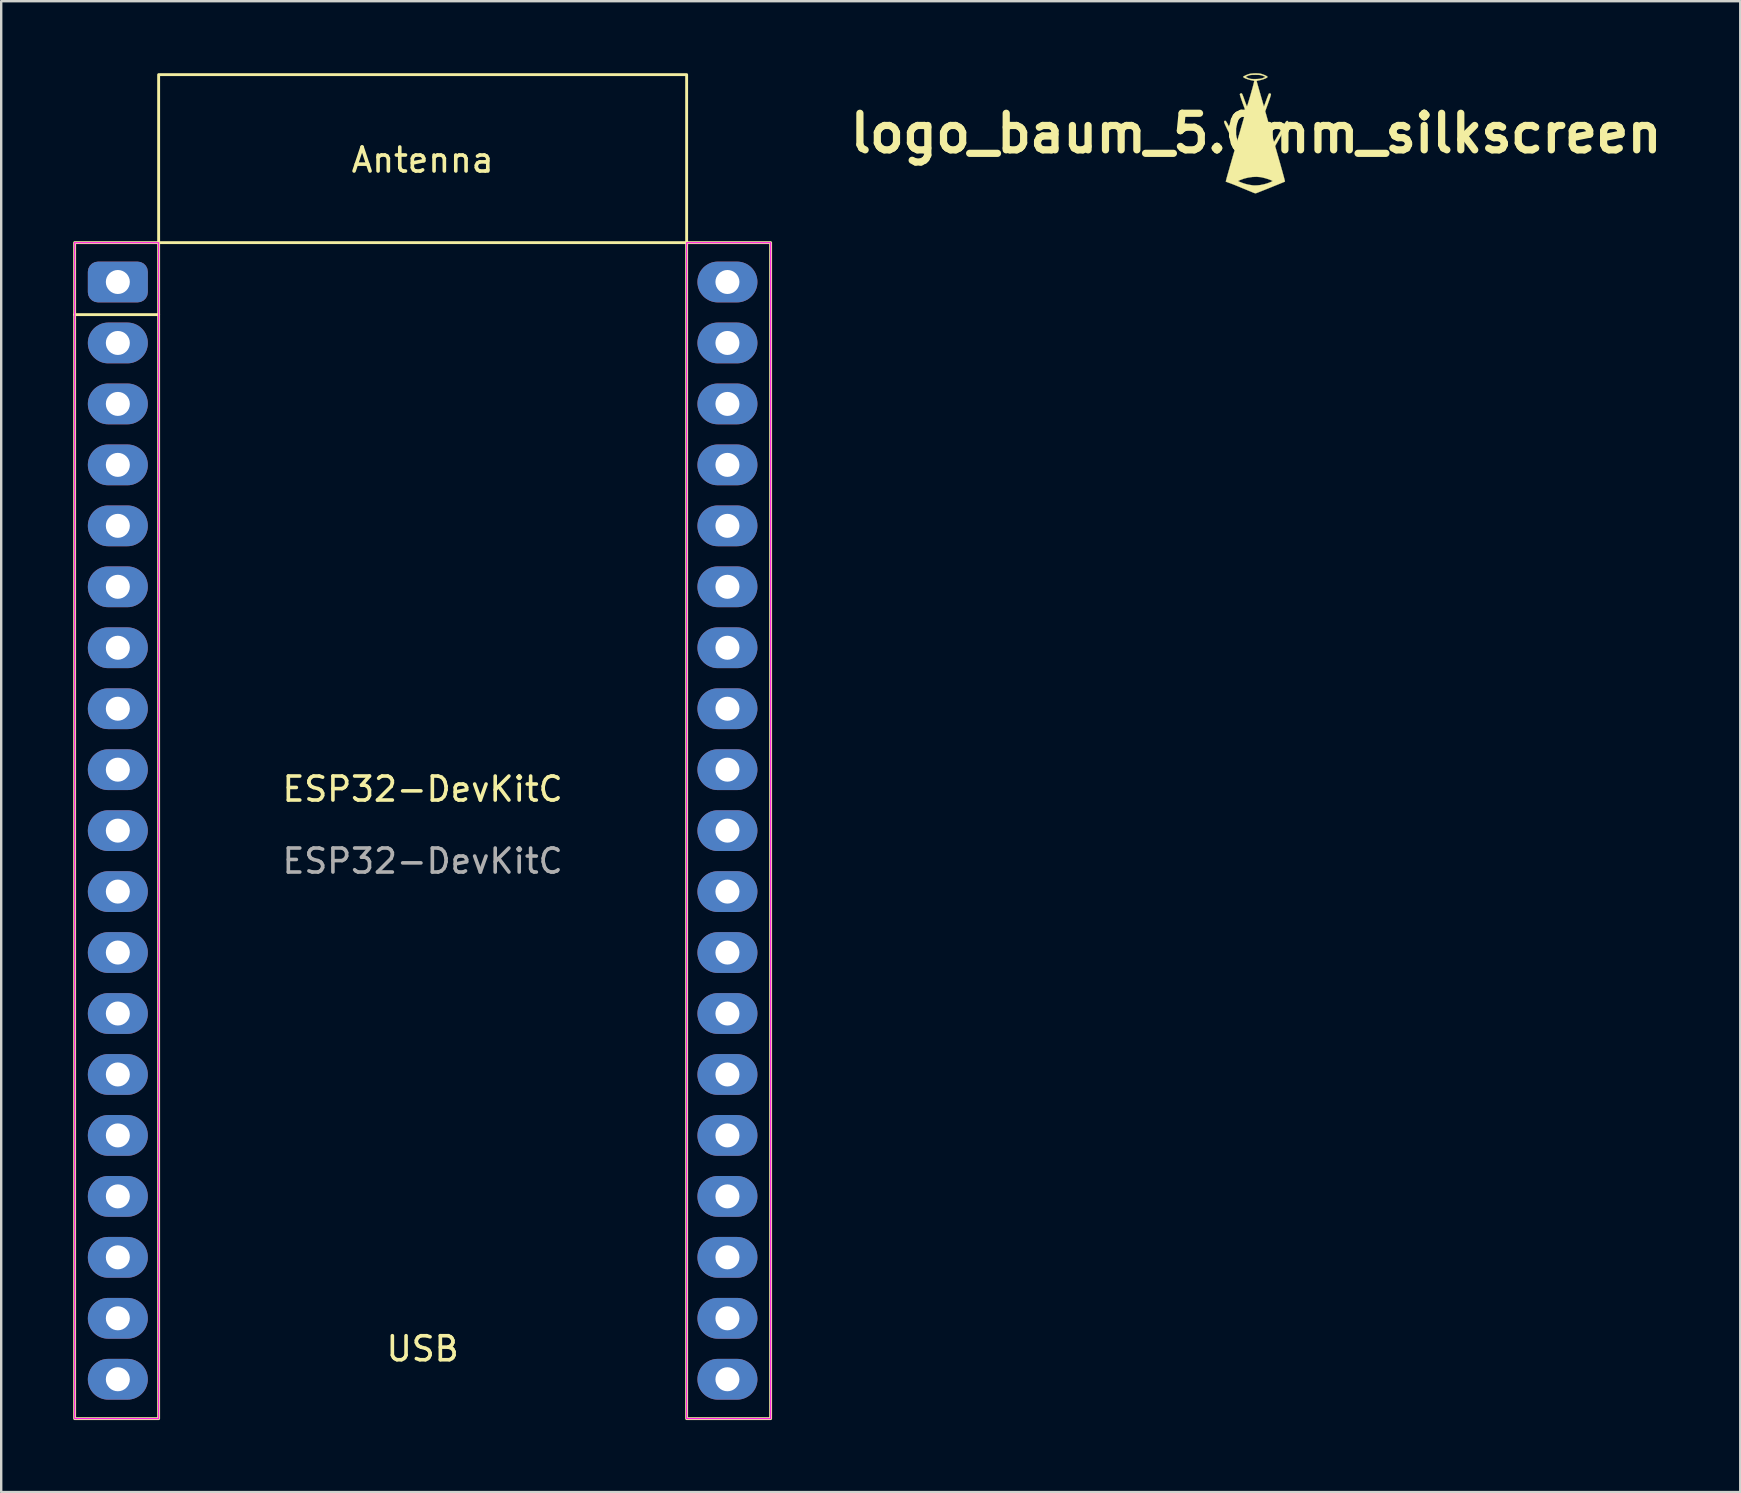
<source format=kicad_pcb>
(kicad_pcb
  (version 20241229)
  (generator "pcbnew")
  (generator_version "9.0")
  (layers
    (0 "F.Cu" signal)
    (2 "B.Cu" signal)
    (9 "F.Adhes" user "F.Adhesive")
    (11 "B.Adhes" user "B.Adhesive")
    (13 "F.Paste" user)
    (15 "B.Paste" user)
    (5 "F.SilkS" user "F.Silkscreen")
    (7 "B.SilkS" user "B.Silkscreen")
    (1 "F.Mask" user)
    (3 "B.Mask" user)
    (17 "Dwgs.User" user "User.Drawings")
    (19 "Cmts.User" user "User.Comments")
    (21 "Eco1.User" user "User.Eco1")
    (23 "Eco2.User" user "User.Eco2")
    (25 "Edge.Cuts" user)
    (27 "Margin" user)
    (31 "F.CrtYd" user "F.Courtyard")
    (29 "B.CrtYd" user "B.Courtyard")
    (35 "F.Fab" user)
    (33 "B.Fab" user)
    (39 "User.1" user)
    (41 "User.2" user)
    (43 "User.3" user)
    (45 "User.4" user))
  (footprint "ESP32-DevKitC"
    (layer "F.Cu")
    (at 14.56 31.56)
    (property "Reference" "ESP32-DevKitC" (at 0 -1.73 0) (unlocked yes) (layer "F.SilkS") (effects (font (size 1 1) (thickness 0.15))))
    (attr through_hole)
    (fp_line (start -14.5 -21.5) (end -11 -21.5) (stroke (width 0.12) (type solid)) (layer "F.SilkS"))
    (fp_rect (start -14.5 -24.5) (end -11 24.5) (stroke (width 0.12) (type solid)) (fill no) (layer "F.SilkS"))
    (fp_rect (start 11 -24.5) (end -11 -31.5) (stroke (width 0.12) (type solid)) (fill no) (layer "F.SilkS"))
    (fp_rect (start 11 -24.5) (end 14.5 24.5) (stroke (width 0.12) (type solid)) (fill no) (layer "F.SilkS"))
    (fp_rect (start -14.5 -24.5) (end -11 24.5) (stroke (width 0.05) (type solid)) (fill no) (layer "F.CrtYd"))
    (fp_rect (start 11 24.5) (end 14.5 -24.5) (stroke (width 0.05) (type solid)) (fill no) (layer "F.CrtYd"))
    (fp_text user "Antenna" (at 0 -27.94 0) (unlocked yes) (layer "F.SilkS") (effects (font (size 1 1) (thickness 0.15))))
    (fp_text user "USB" (at 0 21.59 0) (unlocked yes) (layer "F.SilkS") (effects (font (size 1 1) (thickness 0.15))))
    (fp_text user "${REFERENCE}" (at 0 1.27 0) (unlocked yes) (layer "F.Fab") (effects (font (size 1 1) (thickness 0.15))))
    (pad "1" thru_hole roundrect (at -12.7 -22.86) (size 2.5 1.7) (drill 1) (layers "*.Cu" "*.Mask") (roundrect_rratio 0.25))
    (pad "2" thru_hole oval (at -12.7 -20.32) (size 2.5 1.7) (drill 1) (layers "*.Cu" "*.Mask"))
    (pad "3" thru_hole oval (at -12.7 -17.78) (size 2.5 1.7) (drill 1) (layers "*.Cu" "*.Mask"))
    (pad "4" thru_hole oval (at -12.7 -15.24) (size 2.5 1.7) (drill 1) (layers "*.Cu" "*.Mask"))
    (pad "5" thru_hole oval (at -12.7 -12.7) (size 2.5 1.7) (drill 1) (layers "*.Cu" "*.Mask"))
    (pad "6" thru_hole oval (at -12.7 -10.16) (size 2.5 1.7) (drill 1) (layers "*.Cu" "*.Mask"))
    (pad "7" thru_hole oval (at -12.7 -7.62) (size 2.5 1.7) (drill 1) (layers "*.Cu" "*.Mask"))
    (pad "8" thru_hole oval (at -12.7 -5.08) (size 2.5 1.7) (drill 1) (layers "*.Cu" "*.Mask"))
    (pad "9" thru_hole oval (at -12.7 -2.54) (size 2.5 1.7) (drill 1) (layers "*.Cu" "*.Mask"))
    (pad "10" thru_hole oval (at -12.7 0) (size 2.5 1.7) (drill 1) (layers "*.Cu" "*.Mask"))
    (pad "11" thru_hole oval (at -12.7 2.54) (size 2.5 1.7) (drill 1) (layers "*.Cu" "*.Mask"))
    (pad "12" thru_hole oval (at -12.7 5.08) (size 2.5 1.7) (drill 1) (layers "*.Cu" "*.Mask"))
    (pad "13" thru_hole oval (at -12.7 7.62) (size 2.5 1.7) (drill 1) (layers "*.Cu" "*.Mask"))
    (pad "14" thru_hole oval (at -12.7 10.16) (size 2.5 1.7) (drill 1) (layers "*.Cu" "*.Mask"))
    (pad "15" thru_hole oval (at -12.7 12.7) (size 2.5 1.7) (drill 1) (layers "*.Cu" "*.Mask"))
    (pad "16" thru_hole oval (at -12.7 15.24) (size 2.5 1.7) (drill 1) (layers "*.Cu" "*.Mask"))
    (pad "17" thru_hole oval (at -12.7 17.78) (size 2.5 1.7) (drill 1) (layers "*.Cu" "*.Mask"))
    (pad "18" thru_hole oval (at -12.7 20.32) (size 2.5 1.7) (drill 1) (layers "*.Cu" "*.Mask"))
    (pad "19" thru_hole oval (at -12.7 22.86) (size 2.5 1.7) (drill 1) (layers "*.Cu" "*.Mask"))
    (pad "20" thru_hole oval (at 12.7 -22.86) (size 2.5 1.7) (drill 1) (layers "*.Cu" "*.Mask"))
    (pad "21" thru_hole oval (at 12.7 -20.32) (size 2.5 1.7) (drill 1) (layers "*.Cu" "*.Mask"))
    (pad "22" thru_hole oval (at 12.7 -17.78) (size 2.5 1.7) (drill 1) (layers "*.Cu" "*.Mask"))
    (pad "23" thru_hole oval (at 12.7 -15.24) (size 2.5 1.7) (drill 1) (layers "*.Cu" "*.Mask"))
    (pad "24" thru_hole oval (at 12.7 -12.7) (size 2.5 1.7) (drill 1) (layers "*.Cu" "*.Mask"))
    (pad "25" thru_hole oval (at 12.7 -10.16) (size 2.5 1.7) (drill 1) (layers "*.Cu" "*.Mask"))
    (pad "26" thru_hole oval (at 12.7 -7.62) (size 2.5 1.7) (drill 1) (layers "*.Cu" "*.Mask"))
    (pad "27" thru_hole oval (at 12.7 -5.08) (size 2.5 1.7) (drill 1) (layers "*.Cu" "*.Mask"))
    (pad "28" thru_hole oval (at 12.7 -2.54) (size 2.5 1.7) (drill 1) (layers "*.Cu" "*.Mask"))
    (pad "29" thru_hole oval (at 12.7 0) (size 2.5 1.7) (drill 1) (layers "*.Cu" "*.Mask"))
    (pad "30" thru_hole oval (at 12.7 2.54) (size 2.5 1.7) (drill 1) (layers "*.Cu" "*.Mask"))
    (pad "31" thru_hole oval (at 12.7 5.08) (size 2.5 1.7) (drill 1) (layers "*.Cu" "*.Mask"))
    (pad "32" thru_hole oval (at 12.7 7.62) (size 2.5 1.7) (drill 1) (layers "*.Cu" "*.Mask"))
    (pad "33" thru_hole oval (at 12.7 10.16) (size 2.5 1.7) (drill 1) (layers "*.Cu" "*.Mask"))
    (pad "34" thru_hole oval (at 12.7 12.7) (size 2.5 1.7) (drill 1) (layers "*.Cu" "*.Mask"))
    (pad "35" thru_hole oval (at 12.7 15.24) (size 2.5 1.7) (drill 1) (layers "*.Cu" "*.Mask"))
    (pad "36" thru_hole oval (at 12.7 17.78) (size 2.5 1.7) (drill 1) (layers "*.Cu" "*.Mask"))
    (pad "37" thru_hole oval (at 12.7 20.32) (size 2.5 1.7) (drill 1) (layers "*.Cu" "*.Mask"))
    (pad "38" thru_hole oval (at 12.7 22.86) (size 2.5 1.7) (drill 1) (layers "*.Cu" "*.Mask")))
  (footprint "logo_baum_5.0mm_silkscreen"
    (layer "F.Cu")
    (at 49.29 2.504)
    (property "Reference" "logo_baum_5.0mm_silkscreen" (at 0 0 0) (layer "F.SilkS") (effects (font (size 1.524 1.524) (thickness 0.3))))
    (attr through_hole)
    (fp_poly (pts (xy 0.072 -2.496) (xy 0.158 -2.488) (xy 0.206 -2.478) (xy 0.28 -2.454) (xy 0.35 -2.427) (xy 0.41 -2.399) (xy 0.454 -2.373) (xy 0.475 -2.353) (xy 0.476 -2.349) (xy 0.462 -2.328) (xy 0.422 -2.303) (xy 0.363 -2.275) (xy 0.29 -2.249) (xy 0.21 -2.225) (xy 0.127 -2.207) (xy 0.12 -2.206) (xy 0.063 -2.194) (xy 0.032 -2.184) (xy 0.022 -2.171) (xy 0.023 -2.161) (xy 0.029 -2.14) (xy 0.043 -2.092) (xy 0.063 -2.022) (xy 0.089 -1.932) (xy 0.119 -1.826) (xy 0.152 -1.709) (xy 0.176 -1.627) (xy 0.21 -1.506) (xy 0.242 -1.395) (xy 0.27 -1.297) (xy 0.293 -1.217) (xy 0.311 -1.158) (xy 0.321 -1.124) (xy 0.324 -1.116) (xy 0.33 -1.129) (xy 0.345 -1.167) (xy 0.367 -1.226) (xy 0.394 -1.3) (xy 0.42 -1.37) (xy 0.451 -1.456) (xy 0.48 -1.532) (xy 0.504 -1.593) (xy 0.521 -1.634) (xy 0.529 -1.648) (xy 0.558 -1.664) (xy 0.591 -1.658) (xy 0.614 -1.634) (xy 0.616 -1.624) (xy 0.612 -1.6) (xy 0.599 -1.55) (xy 0.577 -1.48) (xy 0.549 -1.395) (xy 0.516 -1.3) (xy 0.499 -1.253) (xy 0.378 -0.917) (xy 0.556 -0.288) (xy 0.595 -0.152) (xy 0.631 -0.026) (xy 0.664 0.088) (xy 0.692 0.185) (xy 0.715 0.263) (xy 0.732 0.319) (xy 0.742 0.348) (xy 0.744 0.352) (xy 0.754 0.342) (xy 0.777 0.307) (xy 0.812 0.25) (xy 0.857 0.175) (xy 0.909 0.086) (xy 0.967 -0.016) (xy 1.001 -0.076) (xy 1.07 -0.2) (xy 1.126 -0.298) (xy 1.171 -0.375) (xy 1.206 -0.431) (xy 1.232 -0.471) (xy 1.252 -0.496) (xy 1.268 -0.51) (xy 1.28 -0.516) (xy 1.285 -0.516) (xy 1.308 -0.515) (xy 1.324 -0.509) (xy 1.333 -0.497) (xy 1.333 -0.475) (xy 1.323 -0.442) (xy 1.303 -0.394) (xy 1.271 -0.33) (xy 1.227 -0.246) (xy 1.169 -0.141) (xy 1.096 -0.011) (xy 1.072 0.032) (xy 0.791 0.532) (xy 1.001 1.267) (xy 1.042 1.414) (xy 1.081 1.551) (xy 1.115 1.676) (xy 1.145 1.786) (xy 1.169 1.877) (xy 1.187 1.947) (xy 1.198 1.993) (xy 1.201 2.011) (xy 1.201 2.011) (xy 1.185 2.019) (xy 1.143 2.037) (xy 1.079 2.063) (xy 0.997 2.097) (xy 0.901 2.136) (xy 0.794 2.179) (xy 0.681 2.225) (xy 0.564 2.272) (xy 0.449 2.318) (xy 0.338 2.363) (xy 0.236 2.403) (xy 0.146 2.439) (xy 0.072 2.468) (xy 0.018 2.488) (xy -0.012 2.499) (xy -0.016 2.501) (xy -0.043 2.498) (xy -0.087 2.485) (xy -0.127 2.47) (xy -0.178 2.448) (xy -0.248 2.419) (xy -0.328 2.387) (xy -0.389 2.361) (xy -0.476 2.325) (xy -0.579 2.283) (xy -0.684 2.239) (xy -0.762 2.207) (xy -0.853 2.17) (xy -0.95 2.131) (xy -1.041 2.096) (xy -1.109 2.071) (xy -1.172 2.048) (xy -1.224 2.029) (xy -1.256 2.016) (xy -1.264 2.012) (xy -1.261 1.995) (xy -1.259 1.987) (xy -0.754 1.987) (xy -0.707 2.012) (xy -0.631 2.046) (xy -0.536 2.081) (xy -0.435 2.112) (xy -0.339 2.136) (xy -0.302 2.143) (xy -0.241 2.153) (xy -0.191 2.161) (xy -0.161 2.166) (xy -0.159 2.167) (xy -0.1 2.172) (xy -0.02 2.172) (xy 0.071 2.167) (xy 0.165 2.157) (xy 0.198 2.151) (xy 0.326 2.125) (xy 0.453 2.09) (xy 0.567 2.048) (xy 0.627 2.02) (xy 0.689 1.988) (xy 0.642 1.964) (xy 0.579 1.937) (xy 0.494 1.907) (xy 0.398 1.877) (xy 0.3 1.851) (xy 0.211 1.831) (xy 0.176 1.825) (xy 0.017 1.813) (xy -0.156 1.82) (xy -0.332 1.845) (xy -0.503 1.887) (xy -0.658 1.944) (xy -0.659 1.944) (xy -0.754 1.987) (xy -1.259 1.987) (xy -1.25 1.951) (xy -1.232 1.881) (xy -1.207 1.788) (xy -1.175 1.675) (xy -1.138 1.545) (xy -1.097 1.399) (xy -1.051 1.24) (xy -1.003 1.071) (xy -0.952 0.895) (xy -0.912 0.759) (xy -0.891 0.685) (xy -0.873 0.62) (xy -0.862 0.572) (xy -0.857 0.548) (xy -0.857 0.548) (xy -0.864 0.529) (xy -0.884 0.484) (xy -0.914 0.418) (xy -0.954 0.334) (xy -1.002 0.236) (xy -1.056 0.126) (xy -1.105 0.028) (xy -1.174 -0.109) (xy -1.229 -0.221) (xy -1.271 -0.31) (xy -1.302 -0.379) (xy -1.322 -0.43) (xy -1.332 -0.467) (xy -1.334 -0.492) (xy -1.327 -0.507) (xy -1.313 -0.516) (xy -1.293 -0.52) (xy -1.289 -0.521) (xy -1.278 -0.519) (xy -1.265 -0.51) (xy -1.249 -0.49) (xy -1.227 -0.456) (xy -1.199 -0.407) (xy -1.163 -0.338) (xy -1.116 -0.247) (xy -1.058 -0.131) (xy -1.032 -0.079) (xy -0.977 0.031) (xy -0.926 0.13) (xy -0.882 0.216) (xy -0.846 0.285) (xy -0.82 0.334) (xy -0.805 0.36) (xy -0.802 0.363) (xy -0.797 0.347) (xy -0.784 0.304) (xy -0.764 0.239) (xy -0.74 0.156) (xy -0.712 0.059) (xy -0.685 -0.032) (xy -0.65 -0.155) (xy -0.613 -0.285) (xy -0.576 -0.413) (xy -0.542 -0.53) (xy -0.514 -0.628) (xy -0.504 -0.664) (xy -0.433 -0.907) (xy -0.559 -1.25) (xy -0.594 -1.35) (xy -0.626 -1.442) (xy -0.651 -1.52) (xy -0.669 -1.58) (xy -0.679 -1.617) (xy -0.679 -1.627) (xy -0.661 -1.655) (xy -0.633 -1.664) (xy -0.618 -1.665) (xy -0.606 -1.664) (xy -0.595 -1.656) (xy -0.583 -1.638) (xy -0.568 -1.607) (xy -0.549 -1.558) (xy -0.523 -1.49) (xy -0.49 -1.398) (xy -0.459 -1.312) (xy -0.433 -1.242) (xy -0.411 -1.183) (xy -0.394 -1.141) (xy -0.386 -1.123) (xy -0.381 -1.127) (xy -0.371 -1.149) (xy -0.356 -1.192) (xy -0.335 -1.258) (xy -0.308 -1.347) (xy -0.274 -1.461) (xy -0.233 -1.602) (xy -0.185 -1.772) (xy -0.172 -1.818) (xy -0.152 -1.888) (xy -0.132 -1.963) (xy -0.113 -2.037) (xy -0.097 -2.101) (xy -0.085 -2.15) (xy -0.08 -2.176) (xy -0.079 -2.178) (xy -0.093 -2.187) (xy -0.128 -2.197) (xy -0.139 -2.199) (xy -0.218 -2.214) (xy -0.3 -2.236) (xy -0.379 -2.261) (xy -0.447 -2.287) (xy -0.501 -2.313) (xy -0.533 -2.337) (xy -0.54 -2.349) (xy -0.54 -2.35) (xy -0.429 -2.35) (xy -0.415 -2.337) (xy -0.378 -2.318) (xy -0.326 -2.297) (xy -0.268 -2.278) (xy -0.235 -2.269) (xy -0.198 -2.264) (xy -0.138 -2.261) (xy -0.064 -2.26) (xy 0 -2.261) (xy 0.095 -2.265) (xy 0.167 -2.273) (xy 0.227 -2.285) (xy 0.282 -2.303) (xy 0.332 -2.323) (xy 0.368 -2.34) (xy 0.381 -2.35) (xy 0.367 -2.359) (xy 0.331 -2.376) (xy 0.28 -2.396) (xy 0.274 -2.398) (xy 0.224 -2.415) (xy 0.178 -2.426) (xy 0.126 -2.432) (xy 0.061 -2.435) (xy -0.026 -2.436) (xy -0.04 -2.436) (xy -0.131 -2.435) (xy -0.198 -2.432) (xy -0.249 -2.426) (xy -0.293 -2.415) (xy -0.336 -2.4) (xy -0.337 -2.399) (xy -0.385 -2.378) (xy -0.418 -2.36) (xy -0.429 -2.35) (xy -0.54 -2.35) (xy -0.526 -2.366) (xy -0.488 -2.39) (xy -0.434 -2.417) (xy -0.371 -2.444) (xy -0.303 -2.467) (xy -0.293 -2.47) (xy -0.22 -2.486) (xy -0.128 -2.495) (xy -0.027 -2.499) (xy 0.072 -2.496)) (stroke (width 0.01) (type solid)) (fill yes) (layer "F.SilkS")))
  (gr_rect
    (start -3 -3)
    (end 69.461 59.12)
    (stroke (width 0.1) (type default))
    (fill no)
    (layer "Edge.Cuts")))
</source>
